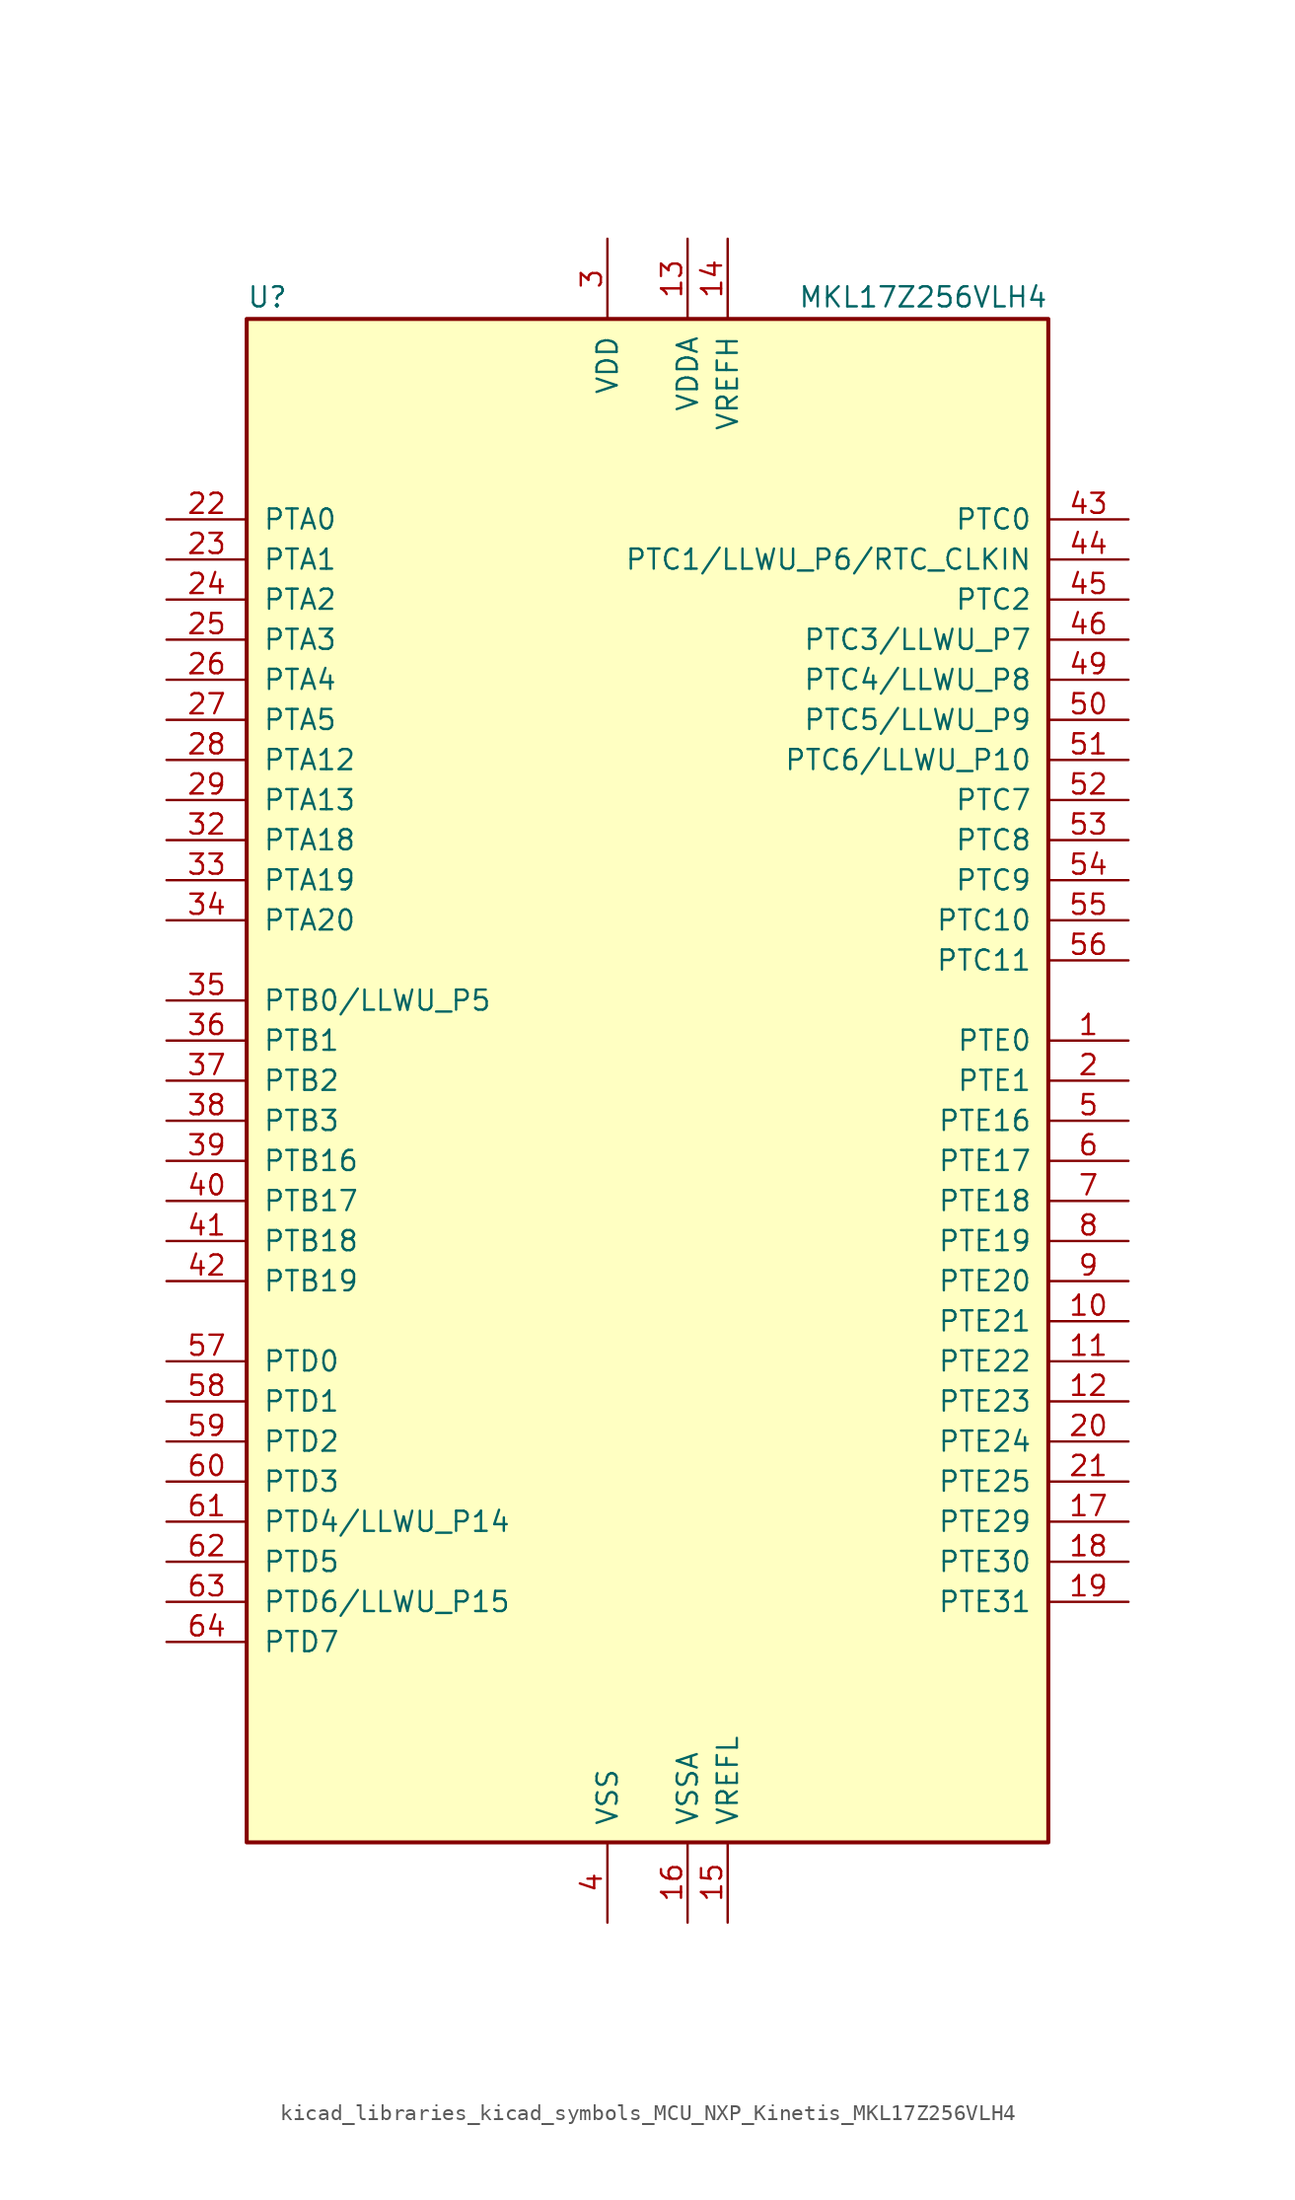
<source format=kicad_sym>
(kicad_symbol_lib
  (version 20220914)
  (generator kicad_symbol_editor)
  (symbol "kicad_libraries_kicad_symbols_MCU_NXP_Kinetis_MKL17Z256VLH4"
    (pin_names
      (offset 1.016))
    (property "Reference" "U"
      (at -25.4 48.895 0)
      (effects (font (size 1.27 1.27)) (justify left bottom)))
    (property "Value" "MKL17Z256VLH4"
      (at 25.4 48.895 0)
      (effects (font (size 1.27 1.27)) (justify right bottom)))
    (symbol "kicad_libraries_kicad_symbols_MCU_NXP_Kinetis_MKL17Z256VLH4_0_1"
      (rectangle (start -25.4 48.26) (end 25.4 -48.26) (stroke (width 0.254) (type default)) (fill (type background))))
    (symbol "kicad_libraries_kicad_symbols_MCU_NXP_Kinetis_MKL17Z256VLH4_1_1"
      (pin bidirectional line (at 30.48 2.54 180) (length 5.08) (name "PTE0" (effects (font (size 1.27 1.27)))) (number "1" (effects (font (size 1.27 1.27)))))
      (pin bidirectional line (at 30.48 -15.24 180) (length 5.08) (name "PTE21" (effects (font (size 1.27 1.27)))) (number "10" (effects (font (size 1.27 1.27)))))
      (pin bidirectional line (at 30.48 -17.78 180) (length 5.08) (name "PTE22" (effects (font (size 1.27 1.27)))) (number "11" (effects (font (size 1.27 1.27)))))
      (pin bidirectional line (at 30.48 -20.32 180) (length 5.08) (name "PTE23" (effects (font (size 1.27 1.27)))) (number "12" (effects (font (size 1.27 1.27)))))
      (pin power_in line (at 2.54 53.34 270) (length 5.08) (name "VDDA" (effects (font (size 1.27 1.27)))) (number "13" (effects (font (size 1.27 1.27)))))
      (pin power_in line (at 5.08 53.34 270) (length 5.08) (name "VREFH" (effects (font (size 1.27 1.27)))) (number "14" (effects (font (size 1.27 1.27)))))
      (pin power_in line (at 5.08 -53.34 90) (length 5.08) (name "VREFL" (effects (font (size 1.27 1.27)))) (number "15" (effects (font (size 1.27 1.27)))))
      (pin power_in line (at 2.54 -53.34 90) (length 5.08) (name "VSSA" (effects (font (size 1.27 1.27)))) (number "16" (effects (font (size 1.27 1.27)))))
      (pin bidirectional line (at 30.48 -27.94 180) (length 5.08) (name "PTE29" (effects (font (size 1.27 1.27)))) (number "17" (effects (font (size 1.27 1.27)))))
      (pin bidirectional line (at 30.48 -30.48 180) (length 5.08) (name "PTE30" (effects (font (size 1.27 1.27)))) (number "18" (effects (font (size 1.27 1.27)))))
      (pin bidirectional line (at 30.48 -33.02 180) (length 5.08) (name "PTE31" (effects (font (size 1.27 1.27)))) (number "19" (effects (font (size 1.27 1.27)))))
      (pin bidirectional line (at 30.48 0 180) (length 5.08) (name "PTE1" (effects (font (size 1.27 1.27)))) (number "2" (effects (font (size 1.27 1.27)))))
      (pin bidirectional line (at 30.48 -22.86 180) (length 5.08) (name "PTE24" (effects (font (size 1.27 1.27)))) (number "20" (effects (font (size 1.27 1.27)))))
      (pin bidirectional line (at 30.48 -25.4 180) (length 5.08) (name "PTE25" (effects (font (size 1.27 1.27)))) (number "21" (effects (font (size 1.27 1.27)))))
      (pin bidirectional line (at -30.48 35.56 0) (length 5.08) (name "PTA0" (effects (font (size 1.27 1.27)))) (number "22" (effects (font (size 1.27 1.27)))))
      (pin bidirectional line (at -30.48 33.02 0) (length 5.08) (name "PTA1" (effects (font (size 1.27 1.27)))) (number "23" (effects (font (size 1.27 1.27)))))
      (pin bidirectional line (at -30.48 30.48 0) (length 5.08) (name "PTA2" (effects (font (size 1.27 1.27)))) (number "24" (effects (font (size 1.27 1.27)))))
      (pin bidirectional line (at -30.48 27.94 0) (length 5.08) (name "PTA3" (effects (font (size 1.27 1.27)))) (number "25" (effects (font (size 1.27 1.27)))))
      (pin bidirectional line (at -30.48 25.4 0) (length 5.08) (name "PTA4" (effects (font (size 1.27 1.27)))) (number "26" (effects (font (size 1.27 1.27)))))
      (pin bidirectional line (at -30.48 22.86 0) (length 5.08) (name "PTA5" (effects (font (size 1.27 1.27)))) (number "27" (effects (font (size 1.27 1.27)))))
      (pin bidirectional line (at -30.48 20.32 0) (length 5.08) (name "PTA12" (effects (font (size 1.27 1.27)))) (number "28" (effects (font (size 1.27 1.27)))))
      (pin bidirectional line (at -30.48 17.78 0) (length 5.08) (name "PTA13" (effects (font (size 1.27 1.27)))) (number "29" (effects (font (size 1.27 1.27)))))
      (pin power_in line (at -2.54 53.34 270) (length 5.08) (name "VDD" (effects (font (size 1.27 1.27)))) (number "3" (effects (font (size 1.27 1.27)))))
      (pin passive line (at -2.54 53.34 270) (length 5.08) hide (name "VDD" (effects (font (size 1.27 1.27)))) (number "30" (effects (font (size 1.27 1.27)))))
      (pin passive line (at -2.54 -53.34 90) (length 5.08) hide (name "VSS" (effects (font (size 1.27 1.27)))) (number "31" (effects (font (size 1.27 1.27)))))
      (pin bidirectional line (at -30.48 15.24 0) (length 5.08) (name "PTA18" (effects (font (size 1.27 1.27)))) (number "32" (effects (font (size 1.27 1.27)))))
      (pin bidirectional line (at -30.48 12.7 0) (length 5.08) (name "PTA19" (effects (font (size 1.27 1.27)))) (number "33" (effects (font (size 1.27 1.27)))))
      (pin bidirectional line (at -30.48 10.16 0) (length 5.08) (name "PTA20" (effects (font (size 1.27 1.27)))) (number "34" (effects (font (size 1.27 1.27)))))
      (pin bidirectional line (at -30.48 5.08 0) (length 5.08) (name "PTB0/LLWU_P5" (effects (font (size 1.27 1.27)))) (number "35" (effects (font (size 1.27 1.27)))))
      (pin bidirectional line (at -30.48 2.54 0) (length 5.08) (name "PTB1" (effects (font (size 1.27 1.27)))) (number "36" (effects (font (size 1.27 1.27)))))
      (pin bidirectional line (at -30.48 0 0) (length 5.08) (name "PTB2" (effects (font (size 1.27 1.27)))) (number "37" (effects (font (size 1.27 1.27)))))
      (pin bidirectional line (at -30.48 -2.54 0) (length 5.08) (name "PTB3" (effects (font (size 1.27 1.27)))) (number "38" (effects (font (size 1.27 1.27)))))
      (pin bidirectional line (at -30.48 -5.08 0) (length 5.08) (name "PTB16" (effects (font (size 1.27 1.27)))) (number "39" (effects (font (size 1.27 1.27)))))
      (pin power_in line (at -2.54 -53.34 90) (length 5.08) (name "VSS" (effects (font (size 1.27 1.27)))) (number "4" (effects (font (size 1.27 1.27)))))
      (pin bidirectional line (at -30.48 -7.62 0) (length 5.08) (name "PTB17" (effects (font (size 1.27 1.27)))) (number "40" (effects (font (size 1.27 1.27)))))
      (pin bidirectional line (at -30.48 -10.16 0) (length 5.08) (name "PTB18" (effects (font (size 1.27 1.27)))) (number "41" (effects (font (size 1.27 1.27)))))
      (pin bidirectional line (at -30.48 -12.7 0) (length 5.08) (name "PTB19" (effects (font (size 1.27 1.27)))) (number "42" (effects (font (size 1.27 1.27)))))
      (pin bidirectional line (at 30.48 35.56 180) (length 5.08) (name "PTC0" (effects (font (size 1.27 1.27)))) (number "43" (effects (font (size 1.27 1.27)))))
      (pin bidirectional line (at 30.48 33.02 180) (length 5.08) (name "PTC1/LLWU_P6/RTC_CLKIN" (effects (font (size 1.27 1.27)))) (number "44" (effects (font (size 1.27 1.27)))))
      (pin bidirectional line (at 30.48 30.48 180) (length 5.08) (name "PTC2" (effects (font (size 1.27 1.27)))) (number "45" (effects (font (size 1.27 1.27)))))
      (pin bidirectional line (at 30.48 27.94 180) (length 5.08) (name "PTC3/LLWU_P7" (effects (font (size 1.27 1.27)))) (number "46" (effects (font (size 1.27 1.27)))))
      (pin passive line (at -2.54 -53.34 90) (length 5.08) hide (name "VSS" (effects (font (size 1.27 1.27)))) (number "47" (effects (font (size 1.27 1.27)))))
      (pin passive line (at -2.54 53.34 270) (length 5.08) hide (name "VDD" (effects (font (size 1.27 1.27)))) (number "48" (effects (font (size 1.27 1.27)))))
      (pin bidirectional line (at 30.48 25.4 180) (length 5.08) (name "PTC4/LLWU_P8" (effects (font (size 1.27 1.27)))) (number "49" (effects (font (size 1.27 1.27)))))
      (pin bidirectional line (at 30.48 -2.54 180) (length 5.08) (name "PTE16" (effects (font (size 1.27 1.27)))) (number "5" (effects (font (size 1.27 1.27)))))
      (pin bidirectional line (at 30.48 22.86 180) (length 5.08) (name "PTC5/LLWU_P9" (effects (font (size 1.27 1.27)))) (number "50" (effects (font (size 1.27 1.27)))))
      (pin bidirectional line (at 30.48 20.32 180) (length 5.08) (name "PTC6/LLWU_P10" (effects (font (size 1.27 1.27)))) (number "51" (effects (font (size 1.27 1.27)))))
      (pin bidirectional line (at 30.48 17.78 180) (length 5.08) (name "PTC7" (effects (font (size 1.27 1.27)))) (number "52" (effects (font (size 1.27 1.27)))))
      (pin bidirectional line (at 30.48 15.24 180) (length 5.08) (name "PTC8" (effects (font (size 1.27 1.27)))) (number "53" (effects (font (size 1.27 1.27)))))
      (pin bidirectional line (at 30.48 12.7 180) (length 5.08) (name "PTC9" (effects (font (size 1.27 1.27)))) (number "54" (effects (font (size 1.27 1.27)))))
      (pin bidirectional line (at 30.48 10.16 180) (length 5.08) (name "PTC10" (effects (font (size 1.27 1.27)))) (number "55" (effects (font (size 1.27 1.27)))))
      (pin bidirectional line (at 30.48 7.62 180) (length 5.08) (name "PTC11" (effects (font (size 1.27 1.27)))) (number "56" (effects (font (size 1.27 1.27)))))
      (pin bidirectional line (at -30.48 -17.78 0) (length 5.08) (name "PTD0" (effects (font (size 1.27 1.27)))) (number "57" (effects (font (size 1.27 1.27)))))
      (pin bidirectional line (at -30.48 -20.32 0) (length 5.08) (name "PTD1" (effects (font (size 1.27 1.27)))) (number "58" (effects (font (size 1.27 1.27)))))
      (pin bidirectional line (at -30.48 -22.86 0) (length 5.08) (name "PTD2" (effects (font (size 1.27 1.27)))) (number "59" (effects (font (size 1.27 1.27)))))
      (pin bidirectional line (at 30.48 -5.08 180) (length 5.08) (name "PTE17" (effects (font (size 1.27 1.27)))) (number "6" (effects (font (size 1.27 1.27)))))
      (pin bidirectional line (at -30.48 -25.4 0) (length 5.08) (name "PTD3" (effects (font (size 1.27 1.27)))) (number "60" (effects (font (size 1.27 1.27)))))
      (pin bidirectional line (at -30.48 -27.94 0) (length 5.08) (name "PTD4/LLWU_P14" (effects (font (size 1.27 1.27)))) (number "61" (effects (font (size 1.27 1.27)))))
      (pin bidirectional line (at -30.48 -30.48 0) (length 5.08) (name "PTD5" (effects (font (size 1.27 1.27)))) (number "62" (effects (font (size 1.27 1.27)))))
      (pin bidirectional line (at -30.48 -33.02 0) (length 5.08) (name "PTD6/LLWU_P15" (effects (font (size 1.27 1.27)))) (number "63" (effects (font (size 1.27 1.27)))))
      (pin bidirectional line (at -30.48 -35.56 0) (length 5.08) (name "PTD7" (effects (font (size 1.27 1.27)))) (number "64" (effects (font (size 1.27 1.27)))))
      (pin bidirectional line (at 30.48 -7.62 180) (length 5.08) (name "PTE18" (effects (font (size 1.27 1.27)))) (number "7" (effects (font (size 1.27 1.27)))))
      (pin bidirectional line (at 30.48 -10.16 180) (length 5.08) (name "PTE19" (effects (font (size 1.27 1.27)))) (number "8" (effects (font (size 1.27 1.27)))))
      (pin bidirectional line (at 30.48 -12.7 180) (length 5.08) (name "PTE20" (effects (font (size 1.27 1.27)))) (number "9" (effects (font (size 1.27 1.27))))))))
</source>
